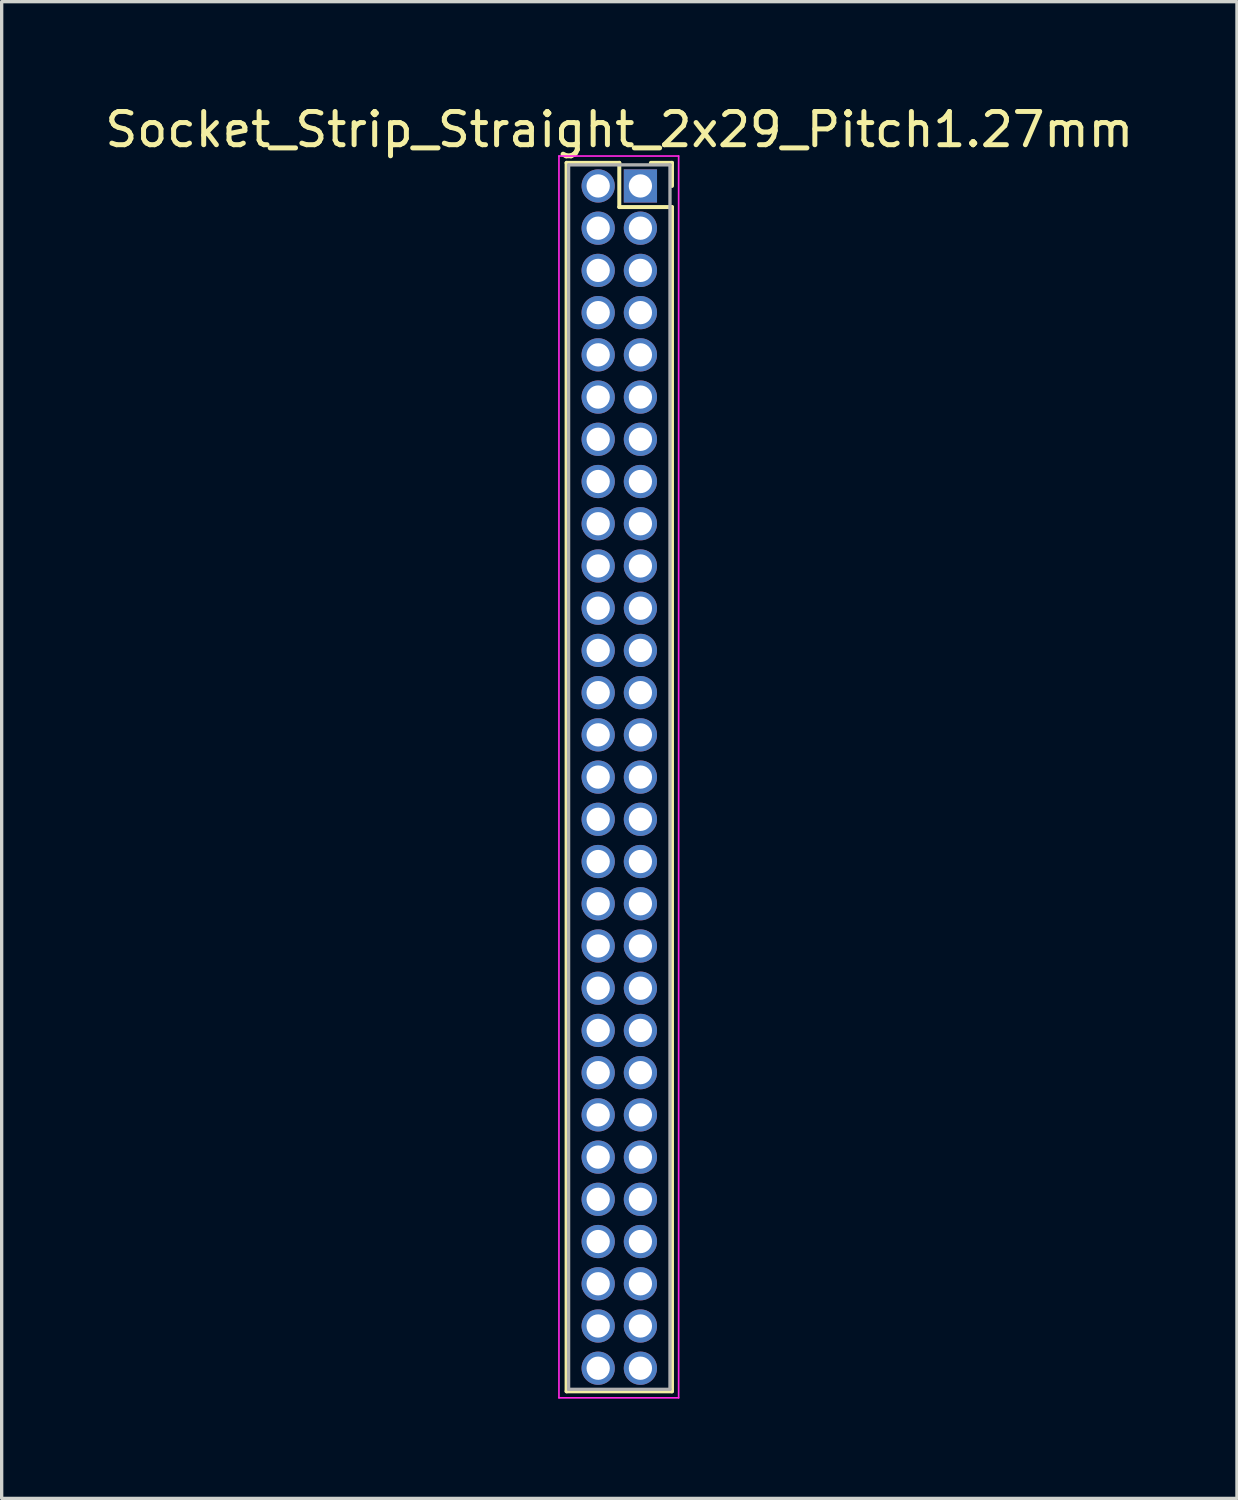
<source format=kicad_pcb>
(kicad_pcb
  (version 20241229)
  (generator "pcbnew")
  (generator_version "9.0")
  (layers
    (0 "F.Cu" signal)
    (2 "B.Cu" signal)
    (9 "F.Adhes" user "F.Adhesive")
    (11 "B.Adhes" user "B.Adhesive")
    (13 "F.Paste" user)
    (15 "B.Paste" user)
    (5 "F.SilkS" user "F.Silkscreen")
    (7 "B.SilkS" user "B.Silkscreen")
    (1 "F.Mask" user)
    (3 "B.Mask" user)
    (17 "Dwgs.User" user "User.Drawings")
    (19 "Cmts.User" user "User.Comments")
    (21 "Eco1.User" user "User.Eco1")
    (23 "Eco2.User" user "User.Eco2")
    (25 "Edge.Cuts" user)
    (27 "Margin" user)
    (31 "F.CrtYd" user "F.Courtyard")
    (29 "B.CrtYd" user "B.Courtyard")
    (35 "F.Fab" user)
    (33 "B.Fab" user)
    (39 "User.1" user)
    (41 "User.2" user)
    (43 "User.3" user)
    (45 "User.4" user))
  (footprint "Socket_Strip_Straight_2x29_Pitch1.27mm"
    (layer "F.Cu")
    (at 16.212 2.543)
    (property "Reference" "Socket_Strip_Straight_2x29_Pitch1.27mm" (at -0.635 -1.695 0) (layer "F.SilkS") (effects (font (size 1 1) (thickness 0.15))))
    (attr through_hole)
    (fp_line (start -2.22 -0.695) (end -0.635 -0.695) (stroke (width 0.12) (type solid)) (layer "F.SilkS"))
    (fp_line (start -2.22 36.255) (end -2.22 -0.695) (stroke (width 0.12) (type solid)) (layer "F.SilkS"))
    (fp_line (start -0.635 -0.695) (end -0.635 0.635) (stroke (width 0.12) (type solid)) (layer "F.SilkS"))
    (fp_line (start -0.635 0.635) (end 0.95 0.635) (stroke (width 0.12) (type solid)) (layer "F.SilkS"))
    (fp_line (start 0.95 -0.695) (end 0.315 -0.695) (stroke (width 0.12) (type solid)) (layer "F.SilkS"))
    (fp_line (start 0.95 0) (end 0.95 -0.695) (stroke (width 0.12) (type solid)) (layer "F.SilkS"))
    (fp_line (start 0.95 0.635) (end 0.95 36.255) (stroke (width 0.12) (type solid)) (layer "F.SilkS"))
    (fp_line (start 0.95 36.255) (end -2.22 36.255) (stroke (width 0.12) (type solid)) (layer "F.SilkS"))
    (fp_line (start -2.45 -0.9) (end -2.45 36.45) (stroke (width 0.05) (type solid)) (layer "F.CrtYd"))
    (fp_line (start -2.45 36.45) (end 1.15 36.45) (stroke (width 0.05) (type solid)) (layer "F.CrtYd"))
    (fp_line (start 1.15 -0.9) (end -2.45 -0.9) (stroke (width 0.05) (type solid)) (layer "F.CrtYd"))
    (fp_line (start 1.15 36.45) (end 1.15 -0.9) (stroke (width 0.05) (type solid)) (layer "F.CrtYd"))
    (fp_line (start -2.16 -0.635) (end -2.16 36.195) (stroke (width 0.1) (type solid)) (layer "F.Fab"))
    (fp_line (start -2.16 36.195) (end 0.89 36.195) (stroke (width 0.1) (type solid)) (layer "F.Fab"))
    (fp_line (start 0.89 -0.635) (end -2.16 -0.635) (stroke (width 0.1) (type solid)) (layer "F.Fab"))
    (fp_line (start 0.89 36.195) (end 0.89 -0.635) (stroke (width 0.1) (type solid)) (layer "F.Fab"))
    (pad "1" thru_hole rect (at 0 0) (size 1 1) (drill 0.7) (layers "*.Cu" "*.Mask"))
    (pad "2" thru_hole oval (at -1.27 0) (size 1 1) (drill 0.7) (layers "*.Cu" "*.Mask"))
    (pad "3" thru_hole oval (at 0 1.27) (size 1 1) (drill 0.7) (layers "*.Cu" "*.Mask"))
    (pad "4" thru_hole oval (at -1.27 1.27) (size 1 1) (drill 0.7) (layers "*.Cu" "*.Mask"))
    (pad "5" thru_hole oval (at 0 2.54) (size 1 1) (drill 0.7) (layers "*.Cu" "*.Mask"))
    (pad "6" thru_hole oval (at -1.27 2.54) (size 1 1) (drill 0.7) (layers "*.Cu" "*.Mask"))
    (pad "7" thru_hole oval (at 0 3.81) (size 1 1) (drill 0.7) (layers "*.Cu" "*.Mask"))
    (pad "8" thru_hole oval (at -1.27 3.81) (size 1 1) (drill 0.7) (layers "*.Cu" "*.Mask"))
    (pad "9" thru_hole oval (at 0 5.08) (size 1 1) (drill 0.7) (layers "*.Cu" "*.Mask"))
    (pad "10" thru_hole oval (at -1.27 5.08) (size 1 1) (drill 0.7) (layers "*.Cu" "*.Mask"))
    (pad "11" thru_hole oval (at 0 6.35) (size 1 1) (drill 0.7) (layers "*.Cu" "*.Mask"))
    (pad "12" thru_hole oval (at -1.27 6.35) (size 1 1) (drill 0.7) (layers "*.Cu" "*.Mask"))
    (pad "13" thru_hole oval (at 0 7.62) (size 1 1) (drill 0.7) (layers "*.Cu" "*.Mask"))
    (pad "14" thru_hole oval (at -1.27 7.62) (size 1 1) (drill 0.7) (layers "*.Cu" "*.Mask"))
    (pad "15" thru_hole oval (at 0 8.89) (size 1 1) (drill 0.7) (layers "*.Cu" "*.Mask"))
    (pad "16" thru_hole oval (at -1.27 8.89) (size 1 1) (drill 0.7) (layers "*.Cu" "*.Mask"))
    (pad "17" thru_hole oval (at 0 10.16) (size 1 1) (drill 0.7) (layers "*.Cu" "*.Mask"))
    (pad "18" thru_hole oval (at -1.27 10.16) (size 1 1) (drill 0.7) (layers "*.Cu" "*.Mask"))
    (pad "19" thru_hole oval (at 0 11.43) (size 1 1) (drill 0.7) (layers "*.Cu" "*.Mask"))
    (pad "20" thru_hole oval (at -1.27 11.43) (size 1 1) (drill 0.7) (layers "*.Cu" "*.Mask"))
    (pad "21" thru_hole oval (at 0 12.7) (size 1 1) (drill 0.7) (layers "*.Cu" "*.Mask"))
    (pad "22" thru_hole oval (at -1.27 12.7) (size 1 1) (drill 0.7) (layers "*.Cu" "*.Mask"))
    (pad "23" thru_hole oval (at 0 13.97) (size 1 1) (drill 0.7) (layers "*.Cu" "*.Mask"))
    (pad "24" thru_hole oval (at -1.27 13.97) (size 1 1) (drill 0.7) (layers "*.Cu" "*.Mask"))
    (pad "25" thru_hole oval (at 0 15.24) (size 1 1) (drill 0.7) (layers "*.Cu" "*.Mask"))
    (pad "26" thru_hole oval (at -1.27 15.24) (size 1 1) (drill 0.7) (layers "*.Cu" "*.Mask"))
    (pad "27" thru_hole oval (at 0 16.51) (size 1 1) (drill 0.7) (layers "*.Cu" "*.Mask"))
    (pad "28" thru_hole oval (at -1.27 16.51) (size 1 1) (drill 0.7) (layers "*.Cu" "*.Mask"))
    (pad "29" thru_hole oval (at 0 17.78) (size 1 1) (drill 0.7) (layers "*.Cu" "*.Mask"))
    (pad "30" thru_hole oval (at -1.27 17.78) (size 1 1) (drill 0.7) (layers "*.Cu" "*.Mask"))
    (pad "31" thru_hole oval (at 0 19.05) (size 1 1) (drill 0.7) (layers "*.Cu" "*.Mask"))
    (pad "32" thru_hole oval (at -1.27 19.05) (size 1 1) (drill 0.7) (layers "*.Cu" "*.Mask"))
    (pad "33" thru_hole oval (at 0 20.32) (size 1 1) (drill 0.7) (layers "*.Cu" "*.Mask"))
    (pad "34" thru_hole oval (at -1.27 20.32) (size 1 1) (drill 0.7) (layers "*.Cu" "*.Mask"))
    (pad "35" thru_hole oval (at 0 21.59) (size 1 1) (drill 0.7) (layers "*.Cu" "*.Mask"))
    (pad "36" thru_hole oval (at -1.27 21.59) (size 1 1) (drill 0.7) (layers "*.Cu" "*.Mask"))
    (pad "37" thru_hole oval (at 0 22.86) (size 1 1) (drill 0.7) (layers "*.Cu" "*.Mask"))
    (pad "38" thru_hole oval (at -1.27 22.86) (size 1 1) (drill 0.7) (layers "*.Cu" "*.Mask"))
    (pad "39" thru_hole oval (at 0 24.13) (size 1 1) (drill 0.7) (layers "*.Cu" "*.Mask"))
    (pad "40" thru_hole oval (at -1.27 24.13) (size 1 1) (drill 0.7) (layers "*.Cu" "*.Mask"))
    (pad "41" thru_hole oval (at 0 25.4) (size 1 1) (drill 0.7) (layers "*.Cu" "*.Mask"))
    (pad "42" thru_hole oval (at -1.27 25.4) (size 1 1) (drill 0.7) (layers "*.Cu" "*.Mask"))
    (pad "43" thru_hole oval (at 0 26.67) (size 1 1) (drill 0.7) (layers "*.Cu" "*.Mask"))
    (pad "44" thru_hole oval (at -1.27 26.67) (size 1 1) (drill 0.7) (layers "*.Cu" "*.Mask"))
    (pad "45" thru_hole oval (at 0 27.94) (size 1 1) (drill 0.7) (layers "*.Cu" "*.Mask"))
    (pad "46" thru_hole oval (at -1.27 27.94) (size 1 1) (drill 0.7) (layers "*.Cu" "*.Mask"))
    (pad "47" thru_hole oval (at 0 29.21) (size 1 1) (drill 0.7) (layers "*.Cu" "*.Mask"))
    (pad "48" thru_hole oval (at -1.27 29.21) (size 1 1) (drill 0.7) (layers "*.Cu" "*.Mask"))
    (pad "49" thru_hole oval (at 0 30.48) (size 1 1) (drill 0.7) (layers "*.Cu" "*.Mask"))
    (pad "50" thru_hole oval (at -1.27 30.48) (size 1 1) (drill 0.7) (layers "*.Cu" "*.Mask"))
    (pad "51" thru_hole oval (at 0 31.75) (size 1 1) (drill 0.7) (layers "*.Cu" "*.Mask"))
    (pad "52" thru_hole oval (at -1.27 31.75) (size 1 1) (drill 0.7) (layers "*.Cu" "*.Mask"))
    (pad "53" thru_hole oval (at 0 33.02) (size 1 1) (drill 0.7) (layers "*.Cu" "*.Mask"))
    (pad "54" thru_hole oval (at -1.27 33.02) (size 1 1) (drill 0.7) (layers "*.Cu" "*.Mask"))
    (pad "55" thru_hole oval (at 0 34.29) (size 1 1) (drill 0.7) (layers "*.Cu" "*.Mask"))
    (pad "56" thru_hole oval (at -1.27 34.29) (size 1 1) (drill 0.7) (layers "*.Cu" "*.Mask"))
    (pad "57" thru_hole oval (at 0 35.56) (size 1 1) (drill 0.7) (layers "*.Cu" "*.Mask"))
    (pad "58" thru_hole oval (at -1.27 35.56) (size 1 1) (drill 0.7) (layers "*.Cu" "*.Mask")))
  (gr_rect
    (start -3 -3)
    (end 34.155 42.018)
    (stroke (width 0.1) (type default))
    (fill no)
    (layer "Edge.Cuts")))
</source>
